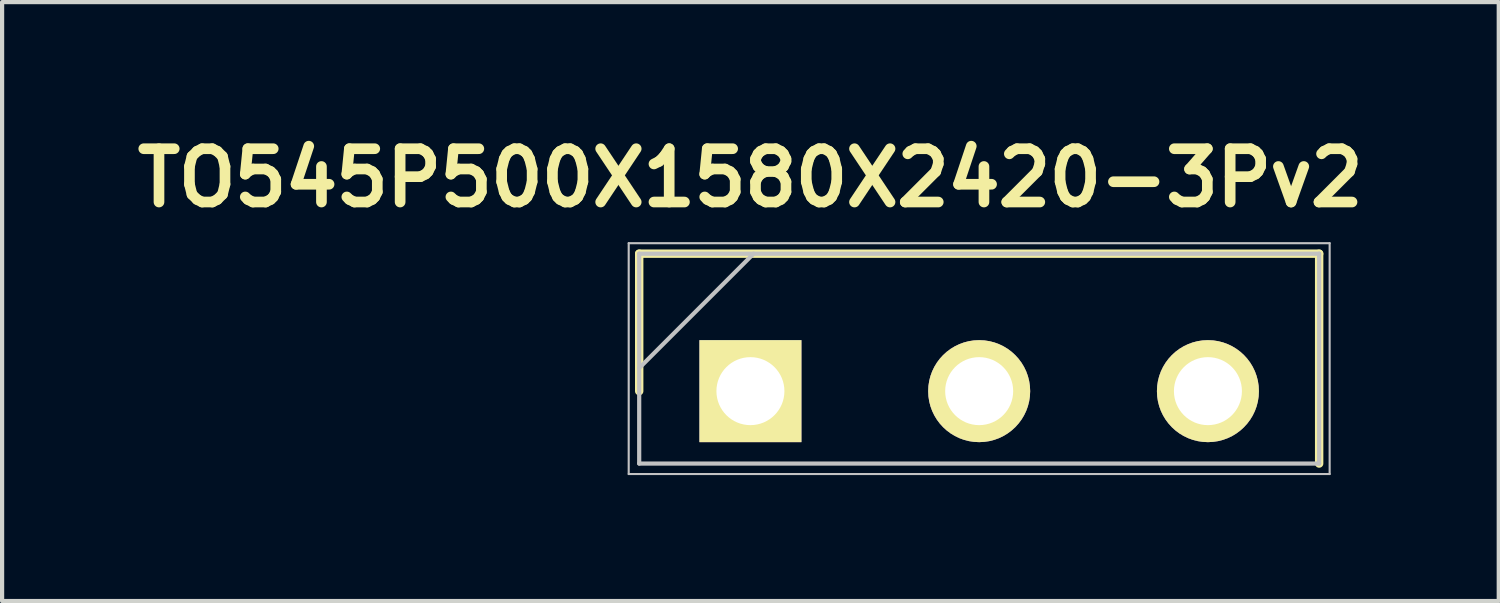
<source format=kicad_pcb>
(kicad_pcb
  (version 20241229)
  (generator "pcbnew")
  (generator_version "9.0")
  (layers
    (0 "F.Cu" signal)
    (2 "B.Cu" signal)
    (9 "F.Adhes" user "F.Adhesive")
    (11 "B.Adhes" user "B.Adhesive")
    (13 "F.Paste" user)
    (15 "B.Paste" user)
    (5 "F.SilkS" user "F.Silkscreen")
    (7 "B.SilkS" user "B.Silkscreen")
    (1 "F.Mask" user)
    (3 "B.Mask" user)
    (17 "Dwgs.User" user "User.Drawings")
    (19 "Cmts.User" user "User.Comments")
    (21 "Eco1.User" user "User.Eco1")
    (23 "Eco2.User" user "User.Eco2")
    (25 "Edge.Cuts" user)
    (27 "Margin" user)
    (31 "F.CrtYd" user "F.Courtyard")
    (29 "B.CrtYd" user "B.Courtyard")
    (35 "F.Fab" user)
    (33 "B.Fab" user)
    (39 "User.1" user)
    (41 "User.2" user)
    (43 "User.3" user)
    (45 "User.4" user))
  (footprint "TO545P500X1580X2420-3Pv2"
    (layer "F.Cu")
    (at 14.829 6.269)
    (property "Reference" "TO545P500X1580X2420-3Pv2" (at 0 -5.08 0) (layer "F.SilkS") (effects (font (size 1.27 1.27) (thickness 0.254))))
    (attr through_hole)
    (fp_line (start -2.65 -3.275) (end -2.65 0) (stroke (width 0.2) (type solid)) (layer "F.SilkS"))
    (fp_line (start 13.55 -3.275) (end -2.65 -3.275) (stroke (width 0.2) (type solid)) (layer "F.SilkS"))
    (fp_line (start 13.55 1.725) (end 13.55 -3.275) (stroke (width 0.2) (type solid)) (layer "F.SilkS"))
    (fp_line (start -2.9 -3.525) (end 13.8 -3.525) (stroke (width 0.05) (type solid)) (layer "Dwgs.User"))
    (fp_line (start -2.9 1.975) (end -2.9 -3.525) (stroke (width 0.05) (type solid)) (layer "Dwgs.User"))
    (fp_line (start -2.65 -3.275) (end 13.55 -3.275) (stroke (width 0.1) (type solid)) (layer "Dwgs.User"))
    (fp_line (start -2.65 -0.55) (end 0.075 -3.275) (stroke (width 0.1) (type solid)) (layer "Dwgs.User"))
    (fp_line (start -2.65 1.725) (end -2.65 -3.275) (stroke (width 0.1) (type solid)) (layer "Dwgs.User"))
    (fp_line (start 13.55 -3.275) (end 13.55 1.725) (stroke (width 0.1) (type solid)) (layer "Dwgs.User"))
    (fp_line (start 13.55 1.725) (end -2.65 1.725) (stroke (width 0.1) (type solid)) (layer "Dwgs.User"))
    (fp_line (start 13.8 -3.525) (end 13.8 1.975) (stroke (width 0.05) (type solid)) (layer "Dwgs.User"))
    (fp_line (start 13.8 1.975) (end -2.9 1.975) (stroke (width 0.05) (type solid)) (layer "Dwgs.User"))
    (pad "1" thru_hole rect (at 0 0 90) (size 2.43 2.43) (drill 1.62) (layers "*.Cu" "*.Mask" "F.SilkS"))
    (pad "2" thru_hole circle (at 5.45 0 90) (size 2.43 2.43) (drill 1.62) (layers "*.Cu" "*.Mask" "F.SilkS"))
    (pad "3" thru_hole circle (at 10.9 0 90) (size 2.43 2.43) (drill 1.62) (layers "*.Cu" "*.Mask" "F.SilkS")))
  (gr_rect
    (start -3 -3)
    (end 32.658 11.269)
    (stroke (width 0.1) (type default))
    (fill no)
    (layer "Edge.Cuts")))
</source>
